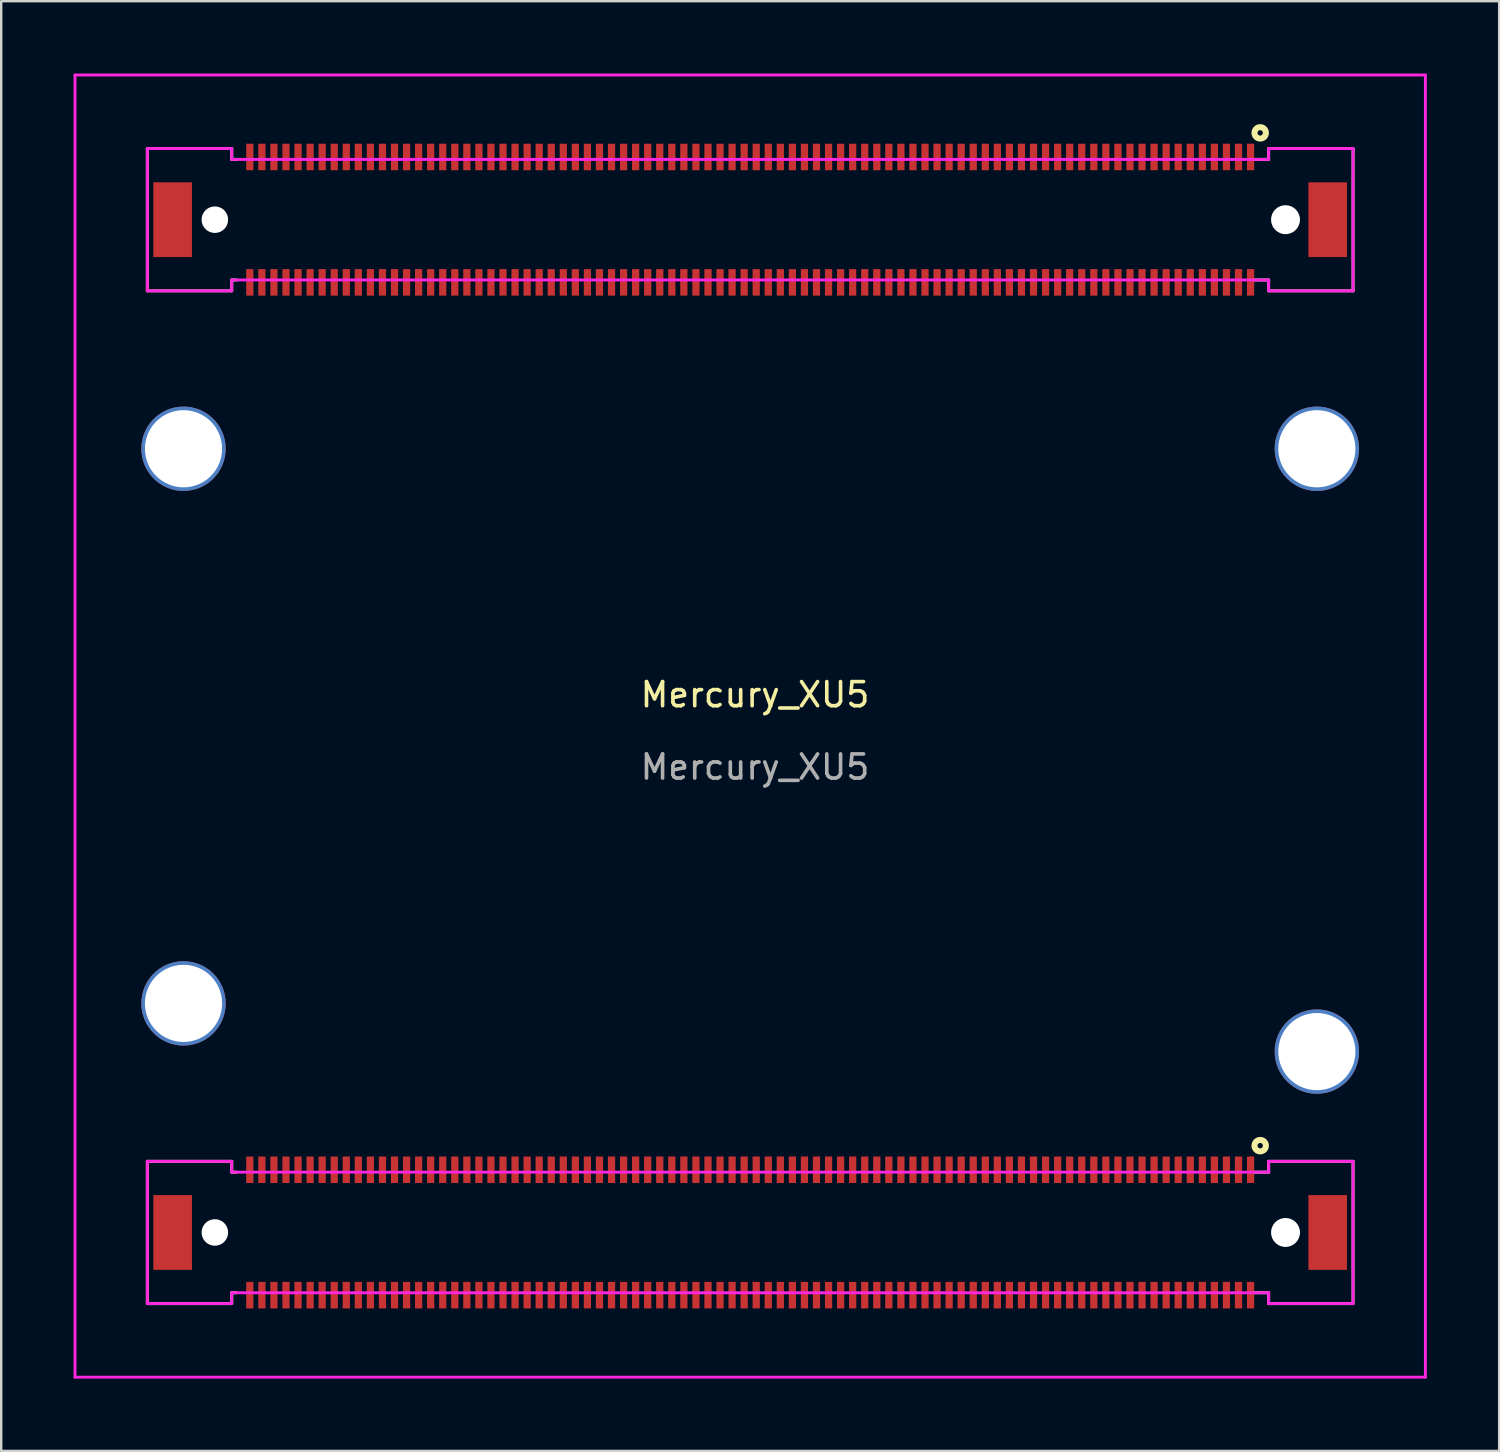
<source format=kicad_pcb>
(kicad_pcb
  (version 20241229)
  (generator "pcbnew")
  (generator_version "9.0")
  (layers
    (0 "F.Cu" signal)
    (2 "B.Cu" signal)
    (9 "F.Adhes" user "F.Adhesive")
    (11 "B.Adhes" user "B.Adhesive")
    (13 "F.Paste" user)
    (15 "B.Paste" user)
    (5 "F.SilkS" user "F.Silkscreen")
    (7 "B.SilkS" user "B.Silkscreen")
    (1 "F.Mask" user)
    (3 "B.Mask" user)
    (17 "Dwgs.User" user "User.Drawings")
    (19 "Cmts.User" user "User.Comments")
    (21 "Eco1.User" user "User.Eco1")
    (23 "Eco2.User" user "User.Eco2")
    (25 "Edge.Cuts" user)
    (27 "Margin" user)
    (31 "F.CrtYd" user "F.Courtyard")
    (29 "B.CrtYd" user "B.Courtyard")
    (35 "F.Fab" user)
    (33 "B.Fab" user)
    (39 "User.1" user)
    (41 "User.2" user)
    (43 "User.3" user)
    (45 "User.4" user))
  (footprint "Mercury_XU5"
    (layer "F.Cu")
    (at 28.06 27.06)
    (property "Reference" "Mercury_XU5" (at 0.2 -1.3 0) (unlocked yes) (layer "F.SilkS") (effects (font (size 1 1) (thickness 0.15))))
    (fp_line (start -25 -23.95) (end -25 -18.05) (stroke (width 0.12) (type solid)) (layer "F.SilkS"))
    (fp_line (start -25 -23.95) (end -21.5 -23.95) (stroke (width 0.12) (type solid)) (layer "F.SilkS"))
    (fp_line (start -25 -18.05) (end -21.5 -18.05) (stroke (width 0.12) (type solid)) (layer "F.SilkS"))
    (fp_line (start -25 18.05) (end -25 23.95) (stroke (width 0.12) (type solid)) (layer "F.SilkS"))
    (fp_line (start -25 18.05) (end -21.5 18.05) (stroke (width 0.12) (type solid)) (layer "F.SilkS"))
    (fp_line (start -25 23.95) (end -21.5 23.95) (stroke (width 0.12) (type solid)) (layer "F.SilkS"))
    (fp_line (start -21.5 -23.95) (end -21.5 -23.5) (stroke (width 0.12) (type solid)) (layer "F.SilkS"))
    (fp_line (start -21.5 -23.5) (end -21.3 -23.5) (stroke (width 0.12) (type solid)) (layer "F.SilkS"))
    (fp_line (start -21.5 -18.5) (end -21.3 -18.5) (stroke (width 0.12) (type solid)) (layer "F.SilkS"))
    (fp_line (start -21.5 -18.05) (end -21.5 -18.5) (stroke (width 0.12) (type solid)) (layer "F.SilkS"))
    (fp_line (start -21.5 18.05) (end -21.5 18.5) (stroke (width 0.12) (type solid)) (layer "F.SilkS"))
    (fp_line (start -21.5 18.5) (end -21.3 18.5) (stroke (width 0.12) (type solid)) (layer "F.SilkS"))
    (fp_line (start -21.5 23.5) (end -21.3 23.5) (stroke (width 0.12) (type solid)) (layer "F.SilkS"))
    (fp_line (start -21.5 23.95) (end -21.5 23.5) (stroke (width 0.12) (type solid)) (layer "F.SilkS"))
    (fp_line (start 21.5 -23.95) (end 21.5 -23.5) (stroke (width 0.12) (type solid)) (layer "F.SilkS"))
    (fp_line (start 21.5 -23.5) (end 20.9 -23.5) (stroke (width 0.12) (type solid)) (layer "F.SilkS"))
    (fp_line (start 21.5 -18.5) (end 20.9 -18.5) (stroke (width 0.12) (type solid)) (layer "F.SilkS"))
    (fp_line (start 21.5 -18.05) (end 21.5 -18.5) (stroke (width 0.12) (type solid)) (layer "F.SilkS"))
    (fp_line (start 21.5 18.05) (end 21.5 18.5) (stroke (width 0.12) (type solid)) (layer "F.SilkS"))
    (fp_line (start 21.5 18.5) (end 20.9 18.5) (stroke (width 0.12) (type solid)) (layer "F.SilkS"))
    (fp_line (start 21.5 23.5) (end 20.9 23.5) (stroke (width 0.12) (type solid)) (layer "F.SilkS"))
    (fp_line (start 21.5 23.95) (end 21.5 23.5) (stroke (width 0.12) (type solid)) (layer "F.SilkS"))
    (fp_line (start 25 -23.95) (end 21.5 -23.95) (stroke (width 0.12) (type solid)) (layer "F.SilkS"))
    (fp_line (start 25 -18.05) (end 21.5 -18.05) (stroke (width 0.12) (type solid)) (layer "F.SilkS"))
    (fp_line (start 25 -18.05) (end 25 -23.95) (stroke (width 0.12) (type solid)) (layer "F.SilkS"))
    (fp_line (start 25 18.05) (end 21.5 18.05) (stroke (width 0.12) (type solid)) (layer "F.SilkS"))
    (fp_line (start 25 23.95) (end 21.5 23.95) (stroke (width 0.12) (type solid)) (layer "F.SilkS"))
    (fp_line (start 25 23.95) (end 25 18.05) (stroke (width 0.12) (type solid)) (layer "F.SilkS"))
    (fp_circle (center 21.15 -24.6) (end 21.15 -24.488) (stroke (width 0.25) (type solid)) (fill no) (layer "F.SilkS"))
    (fp_circle (center 21.15 17.4) (end 21.15 17.512) (stroke (width 0.25) (type solid)) (fill no) (layer "F.SilkS"))
    (fp_line (start -28 -27) (end 28 -27) (stroke (width 0.12) (type solid)) (layer "F.CrtYd"))
    (fp_line (start -28 27) (end -28 -27) (stroke (width 0.12) (type solid)) (layer "F.CrtYd"))
    (fp_line (start -25 -23.95) (end -21.5 -23.95) (stroke (width 0.12) (type solid)) (layer "F.CrtYd"))
    (fp_line (start -25 -18.05) (end -25 -23.95) (stroke (width 0.12) (type solid)) (layer "F.CrtYd"))
    (fp_line (start -25 18.05) (end -21.5 18.05) (stroke (width 0.12) (type solid)) (layer "F.CrtYd"))
    (fp_line (start -25 23.95) (end -25 18.05) (stroke (width 0.12) (type solid)) (layer "F.CrtYd"))
    (fp_line (start -21.5 -23.95) (end -21.5 -23.5) (stroke (width 0.12) (type solid)) (layer "F.CrtYd"))
    (fp_line (start -21.5 -23.5) (end 21.5 -23.5) (stroke (width 0.12) (type solid)) (layer "F.CrtYd"))
    (fp_line (start -21.5 -18.5) (end -21.5 -18.05) (stroke (width 0.12) (type solid)) (layer "F.CrtYd"))
    (fp_line (start -21.5 -18.05) (end -25 -18.05) (stroke (width 0.12) (type solid)) (layer "F.CrtYd"))
    (fp_line (start -21.5 18.05) (end -21.5 18.5) (stroke (width 0.12) (type solid)) (layer "F.CrtYd"))
    (fp_line (start -21.5 18.5) (end 21.5 18.5) (stroke (width 0.12) (type solid)) (layer "F.CrtYd"))
    (fp_line (start -21.5 23.5) (end -21.5 23.95) (stroke (width 0.12) (type solid)) (layer "F.CrtYd"))
    (fp_line (start -21.5 23.95) (end -25 23.95) (stroke (width 0.12) (type solid)) (layer "F.CrtYd"))
    (fp_line (start 21.5 -23.95) (end 25 -23.95) (stroke (width 0.12) (type solid)) (layer "F.CrtYd"))
    (fp_line (start 21.5 -23.5) (end 21.5 -23.95) (stroke (width 0.12) (type solid)) (layer "F.CrtYd"))
    (fp_line (start 21.5 -18.5) (end -21.5 -18.5) (stroke (width 0.12) (type solid)) (layer "F.CrtYd"))
    (fp_line (start 21.5 -18.05) (end 21.5 -18.5) (stroke (width 0.12) (type solid)) (layer "F.CrtYd"))
    (fp_line (start 21.5 18.05) (end 25 18.05) (stroke (width 0.12) (type solid)) (layer "F.CrtYd"))
    (fp_line (start 21.5 18.5) (end 21.5 18.05) (stroke (width 0.12) (type solid)) (layer "F.CrtYd"))
    (fp_line (start 21.5 23.5) (end -21.5 23.5) (stroke (width 0.12) (type solid)) (layer "F.CrtYd"))
    (fp_line (start 21.5 23.95) (end 21.5 23.5) (stroke (width 0.12) (type solid)) (layer "F.CrtYd"))
    (fp_line (start 25 -23.95) (end 25 -18.05) (stroke (width 0.12) (type solid)) (layer "F.CrtYd"))
    (fp_line (start 25 -18.05) (end 21.5 -18.05) (stroke (width 0.12) (type solid)) (layer "F.CrtYd"))
    (fp_line (start 25 18.05) (end 25 23.95) (stroke (width 0.12) (type solid)) (layer "F.CrtYd"))
    (fp_line (start 25 23.95) (end 21.5 23.95) (stroke (width 0.12) (type solid)) (layer "F.CrtYd"))
    (fp_line (start 28 27) (end -28 27) (stroke (width 0.12) (type solid)) (layer "F.CrtYd"))
    (fp_line (start 28 27) (end 28 -27) (stroke (width 0.12) (type solid)) (layer "F.CrtYd"))
    (fp_text user "${REFERENCE}" (at 0.2 1.7 0) (unlocked yes) (layer "F.Fab") (effects (font (size 1 1) (thickness 0.15))))
    (fp_text user "A" (at -0.3 -21 0) (unlocked yes) (layer "User.1") (effects (font (size 1 1) (thickness 0.15))))
    (fp_text user "B" (at 0 21 0) (unlocked yes) (layer "User.1") (effects (font (size 1 1) (thickness 0.15))))
    (pad "" np_thru_hole circle (at -22.2 -21 270) (size 1.1 1.1) (drill 1.1) (layers "*.Cu" "*.Mask"))
    (pad "" np_thru_hole circle (at -22.2 21 270) (size 1.1 1.1) (drill 1.1) (layers "*.Cu" "*.Mask"))
    (pad "" np_thru_hole circle (at 22.2 -21 270) (size 1.2 1.2) (drill 1.2) (layers "*.Cu" "*.Mask"))
    (pad "" np_thru_hole circle (at 22.2 21 270) (size 1.2 1.2) (drill 1.2) (layers "*.Cu" "*.Mask"))
    (pad "A1" smd rect (at 20.75 -23.6 270) (size 1.1 0.3) (layers "F.Cu" "F.Mask" "F.Paste"))
    (pad "A2" smd rect (at 20.75 -18.4 270) (size 1.1 0.3) (layers "F.Cu" "F.Mask" "F.Paste"))
    (pad "A3" smd rect (at 20.25 -23.6 270) (size 1.1 0.3) (layers "F.Cu" "F.Mask" "F.Paste"))
    (pad "A4" smd rect (at 20.25 -18.4 270) (size 1.1 0.3) (layers "F.Cu" "F.Mask" "F.Paste"))
    (pad "A5" smd rect (at 19.75 -23.6 270) (size 1.1 0.3) (layers "F.Cu" "F.Mask" "F.Paste"))
    (pad "A6" smd rect (at 19.75 -18.4 270) (size 1.1 0.3) (layers "F.Cu" "F.Mask" "F.Paste"))
    (pad "A7" smd rect (at 19.25 -23.6 270) (size 1.1 0.3) (layers "F.Cu" "F.Mask" "F.Paste"))
    (pad "A8" smd rect (at 19.25 -18.4 270) (size 1.1 0.3) (layers "F.Cu" "F.Mask" "F.Paste"))
    (pad "A9" smd rect (at 18.75 -23.6 270) (size 1.1 0.3) (layers "F.Cu" "F.Mask" "F.Paste"))
    (pad "A10" smd rect (at 18.75 -18.4 270) (size 1.1 0.3) (layers "F.Cu" "F.Mask" "F.Paste"))
    (pad "A11" smd rect (at 18.25 -23.6 270) (size 1.1 0.3) (layers "F.Cu" "F.Mask" "F.Paste"))
    (pad "A12" smd rect (at 18.25 -18.4 270) (size 1.1 0.3) (layers "F.Cu" "F.Mask" "F.Paste"))
    (pad "A13" smd rect (at 17.75 -23.6 270) (size 1.1 0.3) (layers "F.Cu" "F.Mask" "F.Paste"))
    (pad "A14" smd rect (at 17.75 -18.4 270) (size 1.1 0.3) (layers "F.Cu" "F.Mask" "F.Paste"))
    (pad "A15" smd rect (at 17.25 -23.6 270) (size 1.1 0.3) (layers "F.Cu" "F.Mask" "F.Paste"))
    (pad "A16" smd rect (at 17.25 -18.4 270) (size 1.1 0.3) (layers "F.Cu" "F.Mask" "F.Paste"))
    (pad "A17" smd rect (at 16.75 -23.6 270) (size 1.1 0.3) (layers "F.Cu" "F.Mask" "F.Paste"))
    (pad "A18" smd rect (at 16.75 -18.4 270) (size 1.1 0.3) (layers "F.Cu" "F.Mask" "F.Paste"))
    (pad "A19" smd rect (at 16.25 -23.6 270) (size 1.1 0.3) (layers "F.Cu" "F.Mask" "F.Paste"))
    (pad "A20" smd rect (at 16.25 -18.4 270) (size 1.1 0.3) (layers "F.Cu" "F.Mask" "F.Paste"))
    (pad "A21" smd rect (at 15.75 -23.6 270) (size 1.1 0.3) (layers "F.Cu" "F.Mask" "F.Paste"))
    (pad "A22" smd rect (at 15.75 -18.4 270) (size 1.1 0.3) (layers "F.Cu" "F.Mask" "F.Paste"))
    (pad "A23" smd rect (at 15.25 -23.6 270) (size 1.1 0.3) (layers "F.Cu" "F.Mask" "F.Paste"))
    (pad "A24" smd rect (at 15.25 -18.4 270) (size 1.1 0.3) (layers "F.Cu" "F.Mask" "F.Paste"))
    (pad "A25" smd rect (at 14.75 -23.6 270) (size 1.1 0.3) (layers "F.Cu" "F.Mask" "F.Paste"))
    (pad "A26" smd rect (at 14.75 -18.4 270) (size 1.1 0.3) (layers "F.Cu" "F.Mask" "F.Paste"))
    (pad "A27" smd rect (at 14.25 -23.6 270) (size 1.1 0.3) (layers "F.Cu" "F.Mask" "F.Paste"))
    (pad "A28" smd rect (at 14.25 -18.4 270) (size 1.1 0.3) (layers "F.Cu" "F.Mask" "F.Paste"))
    (pad "A29" smd rect (at 13.75 -23.6 270) (size 1.1 0.3) (layers "F.Cu" "F.Mask" "F.Paste"))
    (pad "A30" smd rect (at 13.75 -18.4 270) (size 1.1 0.3) (layers "F.Cu" "F.Mask" "F.Paste"))
    (pad "A31" smd rect (at 13.25 -23.6 270) (size 1.1 0.3) (layers "F.Cu" "F.Mask" "F.Paste"))
    (pad "A32" smd rect (at 13.25 -18.4 270) (size 1.1 0.3) (layers "F.Cu" "F.Mask" "F.Paste"))
    (pad "A33" smd rect (at 12.75 -23.6 270) (size 1.1 0.3) (layers "F.Cu" "F.Mask" "F.Paste"))
    (pad "A34" smd rect (at 12.75 -18.4 270) (size 1.1 0.3) (layers "F.Cu" "F.Mask" "F.Paste"))
    (pad "A35" smd rect (at 12.25 -23.6 270) (size 1.1 0.3) (layers "F.Cu" "F.Mask" "F.Paste"))
    (pad "A36" smd rect (at 12.25 -18.4 270) (size 1.1 0.3) (layers "F.Cu" "F.Mask" "F.Paste"))
    (pad "A37" smd rect (at 11.75 -23.6 270) (size 1.1 0.3) (layers "F.Cu" "F.Mask" "F.Paste"))
    (pad "A38" smd rect (at 11.75 -18.4 270) (size 1.1 0.3) (layers "F.Cu" "F.Mask" "F.Paste"))
    (pad "A39" smd rect (at 11.25 -23.6 270) (size 1.1 0.3) (layers "F.Cu" "F.Mask" "F.Paste"))
    (pad "A40" smd rect (at 11.25 -18.4 270) (size 1.1 0.3) (layers "F.Cu" "F.Mask" "F.Paste"))
    (pad "A41" smd rect (at 10.75 -23.6 270) (size 1.1 0.3) (layers "F.Cu" "F.Mask" "F.Paste"))
    (pad "A42" smd rect (at 10.75 -18.4 270) (size 1.1 0.3) (layers "F.Cu" "F.Mask" "F.Paste"))
    (pad "A43" smd rect (at 10.25 -23.6 270) (size 1.1 0.3) (layers "F.Cu" "F.Mask" "F.Paste"))
    (pad "A44" smd rect (at 10.25 -18.4 270) (size 1.1 0.3) (layers "F.Cu" "F.Mask" "F.Paste"))
    (pad "A45" smd rect (at 9.75 -23.6 270) (size 1.1 0.3) (layers "F.Cu" "F.Mask" "F.Paste"))
    (pad "A46" smd rect (at 9.75 -18.4 270) (size 1.1 0.3) (layers "F.Cu" "F.Mask" "F.Paste"))
    (pad "A47" smd rect (at 9.25 -23.6 270) (size 1.1 0.3) (layers "F.Cu" "F.Mask" "F.Paste"))
    (pad "A48" smd rect (at 9.25 -18.4 270) (size 1.1 0.3) (layers "F.Cu" "F.Mask" "F.Paste"))
    (pad "A49" smd rect (at 8.75 -23.6 270) (size 1.1 0.3) (layers "F.Cu" "F.Mask" "F.Paste"))
    (pad "A50" smd rect (at 8.75 -18.4 270) (size 1.1 0.3) (layers "F.Cu" "F.Mask" "F.Paste"))
    (pad "A51" smd rect (at 8.25 -23.6 270) (size 1.1 0.3) (layers "F.Cu" "F.Mask" "F.Paste"))
    (pad "A52" smd rect (at 8.25 -18.4 270) (size 1.1 0.3) (layers "F.Cu" "F.Mask" "F.Paste"))
    (pad "A53" smd rect (at 7.75 -23.6 270) (size 1.1 0.3) (layers "F.Cu" "F.Mask" "F.Paste"))
    (pad "A54" smd rect (at 7.75 -18.4 270) (size 1.1 0.3) (layers "F.Cu" "F.Mask" "F.Paste"))
    (pad "A55" smd rect (at 7.25 -23.6 270) (size 1.1 0.3) (layers "F.Cu" "F.Mask" "F.Paste"))
    (pad "A56" smd rect (at 7.25 -18.4 270) (size 1.1 0.3) (layers "F.Cu" "F.Mask" "F.Paste"))
    (pad "A57" smd rect (at 6.75 -23.6 270) (size 1.1 0.3) (layers "F.Cu" "F.Mask" "F.Paste"))
    (pad "A58" smd rect (at 6.75 -18.4 270) (size 1.1 0.3) (layers "F.Cu" "F.Mask" "F.Paste"))
    (pad "A59" smd rect (at 6.25 -23.6 270) (size 1.1 0.3) (layers "F.Cu" "F.Mask" "F.Paste"))
    (pad "A60" smd rect (at 6.25 -18.4 270) (size 1.1 0.3) (layers "F.Cu" "F.Mask" "F.Paste"))
    (pad "A61" smd rect (at 5.75 -23.6 270) (size 1.1 0.3) (layers "F.Cu" "F.Mask" "F.Paste"))
    (pad "A62" smd rect (at 5.75 -18.4 270) (size 1.1 0.3) (layers "F.Cu" "F.Mask" "F.Paste"))
    (pad "A63" smd rect (at 5.25 -23.6 270) (size 1.1 0.3) (layers "F.Cu" "F.Mask" "F.Paste"))
    (pad "A64" smd rect (at 5.25 -18.4 270) (size 1.1 0.3) (layers "F.Cu" "F.Mask" "F.Paste"))
    (pad "A65" smd rect (at 4.75 -23.6 270) (size 1.1 0.3) (layers "F.Cu" "F.Mask" "F.Paste"))
    (pad "A66" smd rect (at 4.75 -18.4 270) (size 1.1 0.3) (layers "F.Cu" "F.Mask" "F.Paste"))
    (pad "A67" smd rect (at 4.25 -23.6 270) (size 1.1 0.3) (layers "F.Cu" "F.Mask" "F.Paste"))
    (pad "A68" smd rect (at 4.25 -18.4 270) (size 1.1 0.3) (layers "F.Cu" "F.Mask" "F.Paste"))
    (pad "A69" smd rect (at 3.75 -23.6 270) (size 1.1 0.3) (layers "F.Cu" "F.Mask" "F.Paste"))
    (pad "A70" smd rect (at 3.75 -18.4 270) (size 1.1 0.3) (layers "F.Cu" "F.Mask" "F.Paste"))
    (pad "A71" smd rect (at 3.25 -23.6 270) (size 1.1 0.3) (layers "F.Cu" "F.Mask" "F.Paste"))
    (pad "A72" smd rect (at 3.25 -18.4 270) (size 1.1 0.3) (layers "F.Cu" "F.Mask" "F.Paste"))
    (pad "A73" smd rect (at 2.75 -23.6 270) (size 1.1 0.3) (layers "F.Cu" "F.Mask" "F.Paste"))
    (pad "A74" smd rect (at 2.75 -18.4 270) (size 1.1 0.3) (layers "F.Cu" "F.Mask" "F.Paste"))
    (pad "A75" smd rect (at 2.25 -23.6 270) (size 1.1 0.3) (layers "F.Cu" "F.Mask" "F.Paste"))
    (pad "A76" smd rect (at 2.25 -18.4 270) (size 1.1 0.3) (layers "F.Cu" "F.Mask" "F.Paste"))
    (pad "A77" smd rect (at 1.75 -23.6 270) (size 1.1 0.3) (layers "F.Cu" "F.Mask" "F.Paste"))
    (pad "A78" smd rect (at 1.75 -18.4 270) (size 1.1 0.3) (layers "F.Cu" "F.Mask" "F.Paste"))
    (pad "A79" smd rect (at 1.25 -23.6 270) (size 1.1 0.3) (layers "F.Cu" "F.Mask" "F.Paste"))
    (pad "A80" smd rect (at 1.25 -18.4 270) (size 1.1 0.3) (layers "F.Cu" "F.Mask" "F.Paste"))
    (pad "A81" smd rect (at 0.75 -23.6 270) (size 1.1 0.3) (layers "F.Cu" "F.Mask" "F.Paste"))
    (pad "A82" smd rect (at 0.75 -18.4 270) (size 1.1 0.3) (layers "F.Cu" "F.Mask" "F.Paste"))
    (pad "A83" smd rect (at 0.25 -23.6 270) (size 1.1 0.3) (layers "F.Cu" "F.Mask" "F.Paste"))
    (pad "A84" smd rect (at 0.25 -18.4 270) (size 1.1 0.3) (layers "F.Cu" "F.Mask" "F.Paste"))
    (pad "A85" smd rect (at -0.25 -23.6 270) (size 1.1 0.3) (layers "F.Cu" "F.Mask" "F.Paste"))
    (pad "A86" smd rect (at -0.25 -18.4 270) (size 1.1 0.3) (layers "F.Cu" "F.Mask" "F.Paste"))
    (pad "A87" smd rect (at -0.75 -23.6 270) (size 1.1 0.3) (layers "F.Cu" "F.Mask" "F.Paste"))
    (pad "A88" smd rect (at -0.75 -18.4 270) (size 1.1 0.3) (layers "F.Cu" "F.Mask" "F.Paste"))
    (pad "A89" smd rect (at -1.25 -23.6 270) (size 1.1 0.3) (layers "F.Cu" "F.Mask" "F.Paste"))
    (pad "A90" smd rect (at -1.25 -18.4 270) (size 1.1 0.3) (layers "F.Cu" "F.Mask" "F.Paste"))
    (pad "A91" smd rect (at -1.75 -23.6 270) (size 1.1 0.3) (layers "F.Cu" "F.Mask" "F.Paste"))
    (pad "A92" smd rect (at -1.75 -18.4 270) (size 1.1 0.3) (layers "F.Cu" "F.Mask" "F.Paste"))
    (pad "A93" smd rect (at -2.25 -23.6 270) (size 1.1 0.3) (layers "F.Cu" "F.Mask" "F.Paste"))
    (pad "A94" smd rect (at -2.25 -18.4 270) (size 1.1 0.3) (layers "F.Cu" "F.Mask" "F.Paste"))
    (pad "A95" smd rect (at -2.75 -23.6 270) (size 1.1 0.3) (layers "F.Cu" "F.Mask" "F.Paste"))
    (pad "A96" smd rect (at -2.75 -18.4 270) (size 1.1 0.3) (layers "F.Cu" "F.Mask" "F.Paste"))
    (pad "A97" smd rect (at -3.25 -23.6 270) (size 1.1 0.3) (layers "F.Cu" "F.Mask" "F.Paste"))
    (pad "A98" smd rect (at -3.25 -18.4 270) (size 1.1 0.3) (layers "F.Cu" "F.Mask" "F.Paste"))
    (pad "A99" smd rect (at -3.75 -23.6 270) (size 1.1 0.3) (layers "F.Cu" "F.Mask" "F.Paste"))
    (pad "A100" smd rect (at -3.75 -18.4 270) (size 1.1 0.3) (layers "F.Cu" "F.Mask" "F.Paste"))
    (pad "A101" smd rect (at -4.25 -23.6 270) (size 1.1 0.3) (layers "F.Cu" "F.Mask" "F.Paste"))
    (pad "A102" smd rect (at -4.25 -18.4 270) (size 1.1 0.3) (layers "F.Cu" "F.Mask" "F.Paste"))
    (pad "A103" smd rect (at -4.75 -23.6 270) (size 1.1 0.3) (layers "F.Cu" "F.Mask" "F.Paste"))
    (pad "A104" smd rect (at -4.75 -18.4 270) (size 1.1 0.3) (layers "F.Cu" "F.Mask" "F.Paste"))
    (pad "A105" smd rect (at -5.25 -23.6 270) (size 1.1 0.3) (layers "F.Cu" "F.Mask" "F.Paste"))
    (pad "A106" smd rect (at -5.25 -18.4 270) (size 1.1 0.3) (layers "F.Cu" "F.Mask" "F.Paste"))
    (pad "A107" smd rect (at -5.75 -23.6 270) (size 1.1 0.3) (layers "F.Cu" "F.Mask" "F.Paste"))
    (pad "A108" smd rect (at -5.75 -18.4 270) (size 1.1 0.3) (layers "F.Cu" "F.Mask" "F.Paste"))
    (pad "A109" smd rect (at -6.25 -23.6 270) (size 1.1 0.3) (layers "F.Cu" "F.Mask" "F.Paste"))
    (pad "A110" smd rect (at -6.25 -18.4 270) (size 1.1 0.3) (layers "F.Cu" "F.Mask" "F.Paste"))
    (pad "A111" smd rect (at -6.75 -23.6 270) (size 1.1 0.3) (layers "F.Cu" "F.Mask" "F.Paste"))
    (pad "A112" smd rect (at -6.75 -18.4 270) (size 1.1 0.3) (layers "F.Cu" "F.Mask" "F.Paste"))
    (pad "A113" smd rect (at -7.25 -23.6 270) (size 1.1 0.3) (layers "F.Cu" "F.Mask" "F.Paste"))
    (pad "A114" smd rect (at -7.25 -18.4 270) (size 1.1 0.3) (layers "F.Cu" "F.Mask" "F.Paste"))
    (pad "A115" smd rect (at -7.75 -23.6 270) (size 1.1 0.3) (layers "F.Cu" "F.Mask" "F.Paste"))
    (pad "A116" smd rect (at -7.75 -18.4 270) (size 1.1 0.3) (layers "F.Cu" "F.Mask" "F.Paste"))
    (pad "A117" smd rect (at -8.25 -23.6 270) (size 1.1 0.3) (layers "F.Cu" "F.Mask" "F.Paste"))
    (pad "A118" smd rect (at -8.25 -18.4 270) (size 1.1 0.3) (layers "F.Cu" "F.Mask" "F.Paste"))
    (pad "A119" smd rect (at -8.75 -23.6 270) (size 1.1 0.3) (layers "F.Cu" "F.Mask" "F.Paste"))
    (pad "A120" smd rect (at -8.75 -18.4 270) (size 1.1 0.3) (layers "F.Cu" "F.Mask" "F.Paste"))
    (pad "A121" smd rect (at -9.25 -23.6 270) (size 1.1 0.3) (layers "F.Cu" "F.Mask" "F.Paste"))
    (pad "A122" smd rect (at -9.25 -18.4 270) (size 1.1 0.3) (layers "F.Cu" "F.Mask" "F.Paste"))
    (pad "A123" smd rect (at -9.75 -23.6 270) (size 1.1 0.3) (layers "F.Cu" "F.Mask" "F.Paste"))
    (pad "A124" smd rect (at -9.75 -18.4 270) (size 1.1 0.3) (layers "F.Cu" "F.Mask" "F.Paste"))
    (pad "A125" smd rect (at -10.25 -23.6 270) (size 1.1 0.3) (layers "F.Cu" "F.Mask" "F.Paste"))
    (pad "A126" smd rect (at -10.25 -18.4 270) (size 1.1 0.3) (layers "F.Cu" "F.Mask" "F.Paste"))
    (pad "A127" smd rect (at -10.75 -23.6 270) (size 1.1 0.3) (layers "F.Cu" "F.Mask" "F.Paste"))
    (pad "A128" smd rect (at -10.75 -18.4 270) (size 1.1 0.3) (layers "F.Cu" "F.Mask" "F.Paste"))
    (pad "A129" smd rect (at -11.25 -23.6 270) (size 1.1 0.3) (layers "F.Cu" "F.Mask" "F.Paste"))
    (pad "A130" smd rect (at -11.25 -18.4 270) (size 1.1 0.3) (layers "F.Cu" "F.Mask" "F.Paste"))
    (pad "A131" smd rect (at -11.75 -23.6 270) (size 1.1 0.3) (layers "F.Cu" "F.Mask" "F.Paste"))
    (pad "A132" smd rect (at -11.75 -18.4 270) (size 1.1 0.3) (layers "F.Cu" "F.Mask" "F.Paste"))
    (pad "A133" smd rect (at -12.25 -23.6 270) (size 1.1 0.3) (layers "F.Cu" "F.Mask" "F.Paste"))
    (pad "A134" smd rect (at -12.25 -18.4 270) (size 1.1 0.3) (layers "F.Cu" "F.Mask" "F.Paste"))
    (pad "A135" smd rect (at -12.75 -23.6 270) (size 1.1 0.3) (layers "F.Cu" "F.Mask" "F.Paste"))
    (pad "A136" smd rect (at -12.75 -18.4 270) (size 1.1 0.3) (layers "F.Cu" "F.Mask" "F.Paste"))
    (pad "A137" smd rect (at -13.25 -23.6 270) (size 1.1 0.3) (layers "F.Cu" "F.Mask" "F.Paste"))
    (pad "A138" smd rect (at -13.25 -18.4 270) (size 1.1 0.3) (layers "F.Cu" "F.Mask" "F.Paste"))
    (pad "A139" smd rect (at -13.75 -23.6 270) (size 1.1 0.3) (layers "F.Cu" "F.Mask" "F.Paste"))
    (pad "A140" smd rect (at -13.75 -18.4 270) (size 1.1 0.3) (layers "F.Cu" "F.Mask" "F.Paste"))
    (pad "A141" smd rect (at -14.25 -23.6 270) (size 1.1 0.3) (layers "F.Cu" "F.Mask" "F.Paste"))
    (pad "A142" smd rect (at -14.25 -18.4 270) (size 1.1 0.3) (layers "F.Cu" "F.Mask" "F.Paste"))
    (pad "A143" smd rect (at -14.75 -23.6 270) (size 1.1 0.3) (layers "F.Cu" "F.Mask" "F.Paste"))
    (pad "A144" smd rect (at -14.75 -18.4 270) (size 1.1 0.3) (layers "F.Cu" "F.Mask" "F.Paste"))
    (pad "A145" smd rect (at -15.25 -23.6 270) (size 1.1 0.3) (layers "F.Cu" "F.Mask" "F.Paste"))
    (pad "A146" smd rect (at -15.25 -18.4 270) (size 1.1 0.3) (layers "F.Cu" "F.Mask" "F.Paste"))
    (pad "A147" smd rect (at -15.75 -23.6 270) (size 1.1 0.3) (layers "F.Cu" "F.Mask" "F.Paste"))
    (pad "A148" smd rect (at -15.75 -18.4 270) (size 1.1 0.3) (layers "F.Cu" "F.Mask" "F.Paste"))
    (pad "A149" smd rect (at -16.25 -23.6 270) (size 1.1 0.3) (layers "F.Cu" "F.Mask" "F.Paste"))
    (pad "A150" smd rect (at -16.25 -18.4 270) (size 1.1 0.3) (layers "F.Cu" "F.Mask" "F.Paste"))
    (pad "A151" smd rect (at -16.75 -23.6 270) (size 1.1 0.3) (layers "F.Cu" "F.Mask" "F.Paste"))
    (pad "A152" smd rect (at -16.75 -18.4 270) (size 1.1 0.3) (layers "F.Cu" "F.Mask" "F.Paste"))
    (pad "A153" smd rect (at -17.25 -23.6 270) (size 1.1 0.3) (layers "F.Cu" "F.Mask" "F.Paste"))
    (pad "A154" smd rect (at -17.25 -18.4 270) (size 1.1 0.3) (layers "F.Cu" "F.Mask" "F.Paste"))
    (pad "A155" smd rect (at -17.75 -23.6 270) (size 1.1 0.3) (layers "F.Cu" "F.Mask" "F.Paste"))
    (pad "A156" smd rect (at -17.75 -18.4 270) (size 1.1 0.3) (layers "F.Cu" "F.Mask" "F.Paste"))
    (pad "A157" smd rect (at -18.25 -23.6 270) (size 1.1 0.3) (layers "F.Cu" "F.Mask" "F.Paste"))
    (pad "A158" smd rect (at -18.25 -18.4 270) (size 1.1 0.3) (layers "F.Cu" "F.Mask" "F.Paste"))
    (pad "A159" smd rect (at -18.75 -23.6 270) (size 1.1 0.3) (layers "F.Cu" "F.Mask" "F.Paste"))
    (pad "A160" smd rect (at -18.75 -18.4 270) (size 1.1 0.3) (layers "F.Cu" "F.Mask" "F.Paste"))
    (pad "A161" smd rect (at -19.25 -23.6 270) (size 1.1 0.3) (layers "F.Cu" "F.Mask" "F.Paste"))
    (pad "A162" smd rect (at -19.25 -18.4 270) (size 1.1 0.3) (layers "F.Cu" "F.Mask" "F.Paste"))
    (pad "A163" smd rect (at -19.75 -23.6 270) (size 1.1 0.3) (layers "F.Cu" "F.Mask" "F.Paste"))
    (pad "A164" smd rect (at -19.75 -18.4 270) (size 1.1 0.3) (layers "F.Cu" "F.Mask" "F.Paste"))
    (pad "A165" smd rect (at -20.25 -23.6 270) (size 1.1 0.3) (layers "F.Cu" "F.Mask" "F.Paste"))
    (pad "A166" smd rect (at -20.25 -18.4 270) (size 1.1 0.3) (layers "F.Cu" "F.Mask" "F.Paste"))
    (pad "A167" smd rect (at -20.75 -23.6 270) (size 1.1 0.3) (layers "F.Cu" "F.Mask" "F.Paste"))
    (pad "A168" smd rect (at -20.75 -18.4 270) (size 1.1 0.3) (layers "F.Cu" "F.Mask" "F.Paste"))
    (pad "AM1" smd rect (at 23.95 -21 270) (size 3.1 1.6) (layers "F.Cu" "F.Mask" "F.Paste"))
    (pad "AM2" smd rect (at -23.95 -21 270) (size 3.1 1.6) (layers "F.Cu" "F.Mask" "F.Paste"))
    (pad "B1" smd rect (at 20.75 18.4 270) (size 1.1 0.3) (layers "F.Cu" "F.Mask" "F.Paste"))
    (pad "B2" smd rect (at 20.75 23.6 270) (size 1.1 0.3) (layers "F.Cu" "F.Mask" "F.Paste"))
    (pad "B3" smd rect (at 20.25 18.4 270) (size 1.1 0.3) (layers "F.Cu" "F.Mask" "F.Paste"))
    (pad "B4" smd rect (at 20.25 23.6 270) (size 1.1 0.3) (layers "F.Cu" "F.Mask" "F.Paste"))
    (pad "B5" smd rect (at 19.75 18.4 270) (size 1.1 0.3) (layers "F.Cu" "F.Mask" "F.Paste"))
    (pad "B6" smd rect (at 19.75 23.6 270) (size 1.1 0.3) (layers "F.Cu" "F.Mask" "F.Paste"))
    (pad "B7" smd rect (at 19.25 18.4 270) (size 1.1 0.3) (layers "F.Cu" "F.Mask" "F.Paste"))
    (pad "B8" smd rect (at 19.25 23.6 270) (size 1.1 0.3) (layers "F.Cu" "F.Mask" "F.Paste"))
    (pad "B9" smd rect (at 18.75 18.4 270) (size 1.1 0.3) (layers "F.Cu" "F.Mask" "F.Paste"))
    (pad "B10" smd rect (at 18.75 23.6 270) (size 1.1 0.3) (layers "F.Cu" "F.Mask" "F.Paste"))
    (pad "B11" smd rect (at 18.25 18.4 270) (size 1.1 0.3) (layers "F.Cu" "F.Mask" "F.Paste"))
    (pad "B12" smd rect (at 18.25 23.6 270) (size 1.1 0.3) (layers "F.Cu" "F.Mask" "F.Paste"))
    (pad "B13" smd rect (at 17.75 18.4 270) (size 1.1 0.3) (layers "F.Cu" "F.Mask" "F.Paste"))
    (pad "B14" smd rect (at 17.75 23.6 270) (size 1.1 0.3) (layers "F.Cu" "F.Mask" "F.Paste"))
    (pad "B15" smd rect (at 17.25 18.4 270) (size 1.1 0.3) (layers "F.Cu" "F.Mask" "F.Paste"))
    (pad "B16" smd rect (at 17.25 23.6 270) (size 1.1 0.3) (layers "F.Cu" "F.Mask" "F.Paste"))
    (pad "B17" smd rect (at 16.75 18.4 270) (size 1.1 0.3) (layers "F.Cu" "F.Mask" "F.Paste"))
    (pad "B18" smd rect (at 16.75 23.6 270) (size 1.1 0.3) (layers "F.Cu" "F.Mask" "F.Paste"))
    (pad "B19" smd rect (at 16.25 18.4 270) (size 1.1 0.3) (layers "F.Cu" "F.Mask" "F.Paste"))
    (pad "B20" smd rect (at 16.25 23.6 270) (size 1.1 0.3) (layers "F.Cu" "F.Mask" "F.Paste"))
    (pad "B21" smd rect (at 15.75 18.4 270) (size 1.1 0.3) (layers "F.Cu" "F.Mask" "F.Paste"))
    (pad "B22" smd rect (at 15.75 23.6 270) (size 1.1 0.3) (layers "F.Cu" "F.Mask" "F.Paste"))
    (pad "B23" smd rect (at 15.25 18.4 270) (size 1.1 0.3) (layers "F.Cu" "F.Mask" "F.Paste"))
    (pad "B24" smd rect (at 15.25 23.6 270) (size 1.1 0.3) (layers "F.Cu" "F.Mask" "F.Paste"))
    (pad "B25" smd rect (at 14.75 18.4 270) (size 1.1 0.3) (layers "F.Cu" "F.Mask" "F.Paste"))
    (pad "B26" smd rect (at 14.75 23.6 270) (size 1.1 0.3) (layers "F.Cu" "F.Mask" "F.Paste"))
    (pad "B27" smd rect (at 14.25 18.4 270) (size 1.1 0.3) (layers "F.Cu" "F.Mask" "F.Paste"))
    (pad "B28" smd rect (at 14.25 23.6 270) (size 1.1 0.3) (layers "F.Cu" "F.Mask" "F.Paste"))
    (pad "B29" smd rect (at 13.75 18.4 270) (size 1.1 0.3) (layers "F.Cu" "F.Mask" "F.Paste"))
    (pad "B30" smd rect (at 13.75 23.6 270) (size 1.1 0.3) (layers "F.Cu" "F.Mask" "F.Paste"))
    (pad "B31" smd rect (at 13.25 18.4 270) (size 1.1 0.3) (layers "F.Cu" "F.Mask" "F.Paste"))
    (pad "B32" smd rect (at 13.25 23.6 270) (size 1.1 0.3) (layers "F.Cu" "F.Mask" "F.Paste"))
    (pad "B33" smd rect (at 12.75 18.4 270) (size 1.1 0.3) (layers "F.Cu" "F.Mask" "F.Paste"))
    (pad "B34" smd rect (at 12.75 23.6 270) (size 1.1 0.3) (layers "F.Cu" "F.Mask" "F.Paste"))
    (pad "B35" smd rect (at 12.25 18.4 270) (size 1.1 0.3) (layers "F.Cu" "F.Mask" "F.Paste"))
    (pad "B36" smd rect (at 12.25 23.6 270) (size 1.1 0.3) (layers "F.Cu" "F.Mask" "F.Paste"))
    (pad "B37" smd rect (at 11.75 18.4 270) (size 1.1 0.3) (layers "F.Cu" "F.Mask" "F.Paste"))
    (pad "B38" smd rect (at 11.75 23.6 270) (size 1.1 0.3) (layers "F.Cu" "F.Mask" "F.Paste"))
    (pad "B39" smd rect (at 11.25 18.4 270) (size 1.1 0.3) (layers "F.Cu" "F.Mask" "F.Paste"))
    (pad "B40" smd rect (at 11.25 23.6 270) (size 1.1 0.3) (layers "F.Cu" "F.Mask" "F.Paste"))
    (pad "B41" smd rect (at 10.75 18.4 270) (size 1.1 0.3) (layers "F.Cu" "F.Mask" "F.Paste"))
    (pad "B42" smd rect (at 10.75 23.6 270) (size 1.1 0.3) (layers "F.Cu" "F.Mask" "F.Paste"))
    (pad "B43" smd rect (at 10.25 18.4 270) (size 1.1 0.3) (layers "F.Cu" "F.Mask" "F.Paste"))
    (pad "B44" smd rect (at 10.25 23.6 270) (size 1.1 0.3) (layers "F.Cu" "F.Mask" "F.Paste"))
    (pad "B45" smd rect (at 9.75 18.4 270) (size 1.1 0.3) (layers "F.Cu" "F.Mask" "F.Paste"))
    (pad "B46" smd rect (at 9.75 23.6 270) (size 1.1 0.3) (layers "F.Cu" "F.Mask" "F.Paste"))
    (pad "B47" smd rect (at 9.25 18.4 270) (size 1.1 0.3) (layers "F.Cu" "F.Mask" "F.Paste"))
    (pad "B48" smd rect (at 9.25 23.6 270) (size 1.1 0.3) (layers "F.Cu" "F.Mask" "F.Paste"))
    (pad "B49" smd rect (at 8.75 18.4 270) (size 1.1 0.3) (layers "F.Cu" "F.Mask" "F.Paste"))
    (pad "B50" smd rect (at 8.75 23.6 270) (size 1.1 0.3) (layers "F.Cu" "F.Mask" "F.Paste"))
    (pad "B51" smd rect (at 8.25 18.4 270) (size 1.1 0.3) (layers "F.Cu" "F.Mask" "F.Paste"))
    (pad "B52" smd rect (at 8.25 23.6 270) (size 1.1 0.3) (layers "F.Cu" "F.Mask" "F.Paste"))
    (pad "B53" smd rect (at 7.75 18.4 270) (size 1.1 0.3) (layers "F.Cu" "F.Mask" "F.Paste"))
    (pad "B54" smd rect (at 7.75 23.6 270) (size 1.1 0.3) (layers "F.Cu" "F.Mask" "F.Paste"))
    (pad "B55" smd rect (at 7.25 18.4 270) (size 1.1 0.3) (layers "F.Cu" "F.Mask" "F.Paste"))
    (pad "B56" smd rect (at 7.25 23.6 270) (size 1.1 0.3) (layers "F.Cu" "F.Mask" "F.Paste"))
    (pad "B57" smd rect (at 6.75 18.4 270) (size 1.1 0.3) (layers "F.Cu" "F.Mask" "F.Paste"))
    (pad "B58" smd rect (at 6.75 23.6 270) (size 1.1 0.3) (layers "F.Cu" "F.Mask" "F.Paste"))
    (pad "B59" smd rect (at 6.25 18.4 270) (size 1.1 0.3) (layers "F.Cu" "F.Mask" "F.Paste"))
    (pad "B60" smd rect (at 6.25 23.6 270) (size 1.1 0.3) (layers "F.Cu" "F.Mask" "F.Paste"))
    (pad "B61" smd rect (at 5.75 18.4 270) (size 1.1 0.3) (layers "F.Cu" "F.Mask" "F.Paste"))
    (pad "B62" smd rect (at 5.75 23.6 270) (size 1.1 0.3) (layers "F.Cu" "F.Mask" "F.Paste"))
    (pad "B63" smd rect (at 5.25 18.4 270) (size 1.1 0.3) (layers "F.Cu" "F.Mask" "F.Paste"))
    (pad "B64" smd rect (at 5.25 23.6 270) (size 1.1 0.3) (layers "F.Cu" "F.Mask" "F.Paste"))
    (pad "B65" smd rect (at 4.75 18.4 270) (size 1.1 0.3) (layers "F.Cu" "F.Mask" "F.Paste"))
    (pad "B66" smd rect (at 4.75 23.6 270) (size 1.1 0.3) (layers "F.Cu" "F.Mask" "F.Paste"))
    (pad "B67" smd rect (at 4.25 18.4 270) (size 1.1 0.3) (layers "F.Cu" "F.Mask" "F.Paste"))
    (pad "B68" smd rect (at 4.25 23.6 270) (size 1.1 0.3) (layers "F.Cu" "F.Mask" "F.Paste"))
    (pad "B69" smd rect (at 3.75 18.4 270) (size 1.1 0.3) (layers "F.Cu" "F.Mask" "F.Paste"))
    (pad "B70" smd rect (at 3.75 23.6 270) (size 1.1 0.3) (layers "F.Cu" "F.Mask" "F.Paste"))
    (pad "B71" smd rect (at 3.25 18.4 270) (size 1.1 0.3) (layers "F.Cu" "F.Mask" "F.Paste"))
    (pad "B72" smd rect (at 3.25 23.6 270) (size 1.1 0.3) (layers "F.Cu" "F.Mask" "F.Paste"))
    (pad "B73" smd rect (at 2.75 18.4 270) (size 1.1 0.3) (layers "F.Cu" "F.Mask" "F.Paste"))
    (pad "B74" smd rect (at 2.75 23.6 270) (size 1.1 0.3) (layers "F.Cu" "F.Mask" "F.Paste"))
    (pad "B75" smd rect (at 2.25 18.4 270) (size 1.1 0.3) (layers "F.Cu" "F.Mask" "F.Paste"))
    (pad "B76" smd rect (at 2.25 23.6 270) (size 1.1 0.3) (layers "F.Cu" "F.Mask" "F.Paste"))
    (pad "B77" smd rect (at 1.75 18.4 270) (size 1.1 0.3) (layers "F.Cu" "F.Mask" "F.Paste"))
    (pad "B78" smd rect (at 1.75 23.6 270) (size 1.1 0.3) (layers "F.Cu" "F.Mask" "F.Paste"))
    (pad "B79" smd rect (at 1.25 18.4 270) (size 1.1 0.3) (layers "F.Cu" "F.Mask" "F.Paste"))
    (pad "B80" smd rect (at 1.25 23.6 270) (size 1.1 0.3) (layers "F.Cu" "F.Mask" "F.Paste"))
    (pad "B81" smd rect (at 0.75 18.4 270) (size 1.1 0.3) (layers "F.Cu" "F.Mask" "F.Paste"))
    (pad "B82" smd rect (at 0.75 23.6 270) (size 1.1 0.3) (layers "F.Cu" "F.Mask" "F.Paste"))
    (pad "B83" smd rect (at 0.25 18.4 270) (size 1.1 0.3) (layers "F.Cu" "F.Mask" "F.Paste"))
    (pad "B84" smd rect (at 0.25 23.6 270) (size 1.1 0.3) (layers "F.Cu" "F.Mask" "F.Paste"))
    (pad "B85" smd rect (at -0.25 18.4 270) (size 1.1 0.3) (layers "F.Cu" "F.Mask" "F.Paste"))
    (pad "B86" smd rect (at -0.25 23.6 270) (size 1.1 0.3) (layers "F.Cu" "F.Mask" "F.Paste"))
    (pad "B87" smd rect (at -0.75 18.4 270) (size 1.1 0.3) (layers "F.Cu" "F.Mask" "F.Paste"))
    (pad "B88" smd rect (at -0.75 23.6 270) (size 1.1 0.3) (layers "F.Cu" "F.Mask" "F.Paste"))
    (pad "B89" smd rect (at -1.25 18.4 270) (size 1.1 0.3) (layers "F.Cu" "F.Mask" "F.Paste"))
    (pad "B90" smd rect (at -1.25 23.6 270) (size 1.1 0.3) (layers "F.Cu" "F.Mask" "F.Paste"))
    (pad "B91" smd rect (at -1.75 18.4 270) (size 1.1 0.3) (layers "F.Cu" "F.Mask" "F.Paste"))
    (pad "B92" smd rect (at -1.75 23.6 270) (size 1.1 0.3) (layers "F.Cu" "F.Mask" "F.Paste"))
    (pad "B93" smd rect (at -2.25 18.4 270) (size 1.1 0.3) (layers "F.Cu" "F.Mask" "F.Paste"))
    (pad "B94" smd rect (at -2.25 23.6 270) (size 1.1 0.3) (layers "F.Cu" "F.Mask" "F.Paste"))
    (pad "B95" smd rect (at -2.75 18.4 270) (size 1.1 0.3) (layers "F.Cu" "F.Mask" "F.Paste"))
    (pad "B96" smd rect (at -2.75 23.6 270) (size 1.1 0.3) (layers "F.Cu" "F.Mask" "F.Paste"))
    (pad "B97" smd rect (at -3.25 18.4 270) (size 1.1 0.3) (layers "F.Cu" "F.Mask" "F.Paste"))
    (pad "B98" smd rect (at -3.25 23.6 270) (size 1.1 0.3) (layers "F.Cu" "F.Mask" "F.Paste"))
    (pad "B99" smd rect (at -3.75 18.4 270) (size 1.1 0.3) (layers "F.Cu" "F.Mask" "F.Paste"))
    (pad "B100" smd rect (at -3.75 23.6 270) (size 1.1 0.3) (layers "F.Cu" "F.Mask" "F.Paste"))
    (pad "B101" smd rect (at -4.25 18.4 270) (size 1.1 0.3) (layers "F.Cu" "F.Mask" "F.Paste"))
    (pad "B102" smd rect (at -4.25 23.6 270) (size 1.1 0.3) (layers "F.Cu" "F.Mask" "F.Paste"))
    (pad "B103" smd rect (at -4.75 18.4 270) (size 1.1 0.3) (layers "F.Cu" "F.Mask" "F.Paste"))
    (pad "B104" smd rect (at -4.75 23.6 270) (size 1.1 0.3) (layers "F.Cu" "F.Mask" "F.Paste"))
    (pad "B105" smd rect (at -5.25 18.4 270) (size 1.1 0.3) (layers "F.Cu" "F.Mask" "F.Paste"))
    (pad "B106" smd rect (at -5.25 23.6 270) (size 1.1 0.3) (layers "F.Cu" "F.Mask" "F.Paste"))
    (pad "B107" smd rect (at -5.75 18.4 270) (size 1.1 0.3) (layers "F.Cu" "F.Mask" "F.Paste"))
    (pad "B108" smd rect (at -5.75 23.6 270) (size 1.1 0.3) (layers "F.Cu" "F.Mask" "F.Paste"))
    (pad "B109" smd rect (at -6.25 18.4 270) (size 1.1 0.3) (layers "F.Cu" "F.Mask" "F.Paste"))
    (pad "B110" smd rect (at -6.25 23.6 270) (size 1.1 0.3) (layers "F.Cu" "F.Mask" "F.Paste"))
    (pad "B111" smd rect (at -6.75 18.4 270) (size 1.1 0.3) (layers "F.Cu" "F.Mask" "F.Paste"))
    (pad "B112" smd rect (at -6.75 23.6 270) (size 1.1 0.3) (layers "F.Cu" "F.Mask" "F.Paste"))
    (pad "B113" smd rect (at -7.25 18.4 270) (size 1.1 0.3) (layers "F.Cu" "F.Mask" "F.Paste"))
    (pad "B114" smd rect (at -7.25 23.6 270) (size 1.1 0.3) (layers "F.Cu" "F.Mask" "F.Paste"))
    (pad "B115" smd rect (at -7.75 18.4 270) (size 1.1 0.3) (layers "F.Cu" "F.Mask" "F.Paste"))
    (pad "B116" smd rect (at -7.75 23.6 270) (size 1.1 0.3) (layers "F.Cu" "F.Mask" "F.Paste"))
    (pad "B117" smd rect (at -8.25 18.4 270) (size 1.1 0.3) (layers "F.Cu" "F.Mask" "F.Paste"))
    (pad "B118" smd rect (at -8.25 23.6 270) (size 1.1 0.3) (layers "F.Cu" "F.Mask" "F.Paste"))
    (pad "B119" smd rect (at -8.75 18.4 270) (size 1.1 0.3) (layers "F.Cu" "F.Mask" "F.Paste"))
    (pad "B120" smd rect (at -8.75 23.6 270) (size 1.1 0.3) (layers "F.Cu" "F.Mask" "F.Paste"))
    (pad "B121" smd rect (at -9.25 18.4 270) (size 1.1 0.3) (layers "F.Cu" "F.Mask" "F.Paste"))
    (pad "B122" smd rect (at -9.25 23.6 270) (size 1.1 0.3) (layers "F.Cu" "F.Mask" "F.Paste"))
    (pad "B123" smd rect (at -9.75 18.4 270) (size 1.1 0.3) (layers "F.Cu" "F.Mask" "F.Paste"))
    (pad "B124" smd rect (at -9.75 23.6 270) (size 1.1 0.3) (layers "F.Cu" "F.Mask" "F.Paste"))
    (pad "B125" smd rect (at -10.25 18.4 270) (size 1.1 0.3) (layers "F.Cu" "F.Mask" "F.Paste"))
    (pad "B126" smd rect (at -10.25 23.6 270) (size 1.1 0.3) (layers "F.Cu" "F.Mask" "F.Paste"))
    (pad "B127" smd rect (at -10.75 18.4 270) (size 1.1 0.3) (layers "F.Cu" "F.Mask" "F.Paste"))
    (pad "B128" smd rect (at -10.75 23.6 270) (size 1.1 0.3) (layers "F.Cu" "F.Mask" "F.Paste"))
    (pad "B129" smd rect (at -11.25 18.4 270) (size 1.1 0.3) (layers "F.Cu" "F.Mask" "F.Paste"))
    (pad "B130" smd rect (at -11.25 23.6 270) (size 1.1 0.3) (layers "F.Cu" "F.Mask" "F.Paste"))
    (pad "B131" smd rect (at -11.75 18.4 270) (size 1.1 0.3) (layers "F.Cu" "F.Mask" "F.Paste"))
    (pad "B132" smd rect (at -11.75 23.6 270) (size 1.1 0.3) (layers "F.Cu" "F.Mask" "F.Paste"))
    (pad "B133" smd rect (at -12.25 18.4 270) (size 1.1 0.3) (layers "F.Cu" "F.Mask" "F.Paste"))
    (pad "B134" smd rect (at -12.25 23.6 270) (size 1.1 0.3) (layers "F.Cu" "F.Mask" "F.Paste"))
    (pad "B135" smd rect (at -12.75 18.4 270) (size 1.1 0.3) (layers "F.Cu" "F.Mask" "F.Paste"))
    (pad "B136" smd rect (at -12.75 23.6 270) (size 1.1 0.3) (layers "F.Cu" "F.Mask" "F.Paste"))
    (pad "B137" smd rect (at -13.25 18.4 270) (size 1.1 0.3) (layers "F.Cu" "F.Mask" "F.Paste"))
    (pad "B138" smd rect (at -13.25 23.6 270) (size 1.1 0.3) (layers "F.Cu" "F.Mask" "F.Paste"))
    (pad "B139" smd rect (at -13.75 18.4 270) (size 1.1 0.3) (layers "F.Cu" "F.Mask" "F.Paste"))
    (pad "B140" smd rect (at -13.75 23.6 270) (size 1.1 0.3) (layers "F.Cu" "F.Mask" "F.Paste"))
    (pad "B141" smd rect (at -14.25 18.4 270) (size 1.1 0.3) (layers "F.Cu" "F.Mask" "F.Paste"))
    (pad "B142" smd rect (at -14.25 23.6 270) (size 1.1 0.3) (layers "F.Cu" "F.Mask" "F.Paste"))
    (pad "B143" smd rect (at -14.75 18.4 270) (size 1.1 0.3) (layers "F.Cu" "F.Mask" "F.Paste"))
    (pad "B144" smd rect (at -14.75 23.6 270) (size 1.1 0.3) (layers "F.Cu" "F.Mask" "F.Paste"))
    (pad "B145" smd rect (at -15.25 18.4 270) (size 1.1 0.3) (layers "F.Cu" "F.Mask" "F.Paste"))
    (pad "B146" smd rect (at -15.25 23.6 270) (size 1.1 0.3) (layers "F.Cu" "F.Mask" "F.Paste"))
    (pad "B147" smd rect (at -15.75 18.4 270) (size 1.1 0.3) (layers "F.Cu" "F.Mask" "F.Paste"))
    (pad "B148" smd rect (at -15.75 23.6 270) (size 1.1 0.3) (layers "F.Cu" "F.Mask" "F.Paste"))
    (pad "B149" smd rect (at -16.25 18.4 270) (size 1.1 0.3) (layers "F.Cu" "F.Mask" "F.Paste"))
    (pad "B150" smd rect (at -16.25 23.6 270) (size 1.1 0.3) (layers "F.Cu" "F.Mask" "F.Paste"))
    (pad "B151" smd rect (at -16.75 18.4 270) (size 1.1 0.3) (layers "F.Cu" "F.Mask" "F.Paste"))
    (pad "B152" smd rect (at -16.75 23.6 270) (size 1.1 0.3) (layers "F.Cu" "F.Mask" "F.Paste"))
    (pad "B153" smd rect (at -17.25 18.4 270) (size 1.1 0.3) (layers "F.Cu" "F.Mask" "F.Paste"))
    (pad "B154" smd rect (at -17.25 23.6 270) (size 1.1 0.3) (layers "F.Cu" "F.Mask" "F.Paste"))
    (pad "B155" smd rect (at -17.75 18.4 270) (size 1.1 0.3) (layers "F.Cu" "F.Mask" "F.Paste"))
    (pad "B156" smd rect (at -17.75 23.6 270) (size 1.1 0.3) (layers "F.Cu" "F.Mask" "F.Paste"))
    (pad "B157" smd rect (at -18.25 18.4 270) (size 1.1 0.3) (layers "F.Cu" "F.Mask" "F.Paste"))
    (pad "B158" smd rect (at -18.25 23.6 270) (size 1.1 0.3) (layers "F.Cu" "F.Mask" "F.Paste"))
    (pad "B159" smd rect (at -18.75 18.4 270) (size 1.1 0.3) (layers "F.Cu" "F.Mask" "F.Paste"))
    (pad "B160" smd rect (at -18.75 23.6 270) (size 1.1 0.3) (layers "F.Cu" "F.Mask" "F.Paste"))
    (pad "B161" smd rect (at -19.25 18.4 270) (size 1.1 0.3) (layers "F.Cu" "F.Mask" "F.Paste"))
    (pad "B162" smd rect (at -19.25 23.6 270) (size 1.1 0.3) (layers "F.Cu" "F.Mask" "F.Paste"))
    (pad "B163" smd rect (at -19.75 18.4 270) (size 1.1 0.3) (layers "F.Cu" "F.Mask" "F.Paste"))
    (pad "B164" smd rect (at -19.75 23.6 270) (size 1.1 0.3) (layers "F.Cu" "F.Mask" "F.Paste"))
    (pad "B165" smd rect (at -20.25 18.4 270) (size 1.1 0.3) (layers "F.Cu" "F.Mask" "F.Paste"))
    (pad "B166" smd rect (at -20.25 23.6 270) (size 1.1 0.3) (layers "F.Cu" "F.Mask" "F.Paste"))
    (pad "B167" smd rect (at -20.75 18.4 270) (size 1.1 0.3) (layers "F.Cu" "F.Mask" "F.Paste"))
    (pad "B168" smd rect (at -20.75 23.6 270) (size 1.1 0.3) (layers "F.Cu" "F.Mask" "F.Paste"))
    (pad "BM1" smd rect (at 23.95 21 270) (size 3.1 1.6) (layers "F.Cu" "F.Mask" "F.Paste"))
    (pad "BM2" smd rect (at -23.95 21 270) (size 3.1 1.6) (layers "F.Cu" "F.Mask" "F.Paste"))
    (pad "H1" thru_hole circle (at 23.5 -11.5 270) (size 3.5 3.5) (drill 3.2) (layers "*.Cu" "*.Mask"))
    (pad "H2" thru_hole circle (at -23.5 -11.5 270) (size 3.5 3.5) (drill 3.2) (layers "*.Cu" "*.Mask"))
    (pad "H3" thru_hole circle (at 23.5 13.5 270) (size 3.5 3.5) (drill 3.2) (layers "*.Cu" "*.Mask"))
    (pad "H4" thru_hole circle (at -23.5 11.5 270) (size 3.5 3.5) (drill 3.2) (layers "*.Cu" "*.Mask")))
  (gr_rect
    (start -3 -3)
    (end 59.12 57.12)
    (stroke (width 0.1) (type default))
    (fill no)
    (layer "Edge.Cuts")))
</source>
